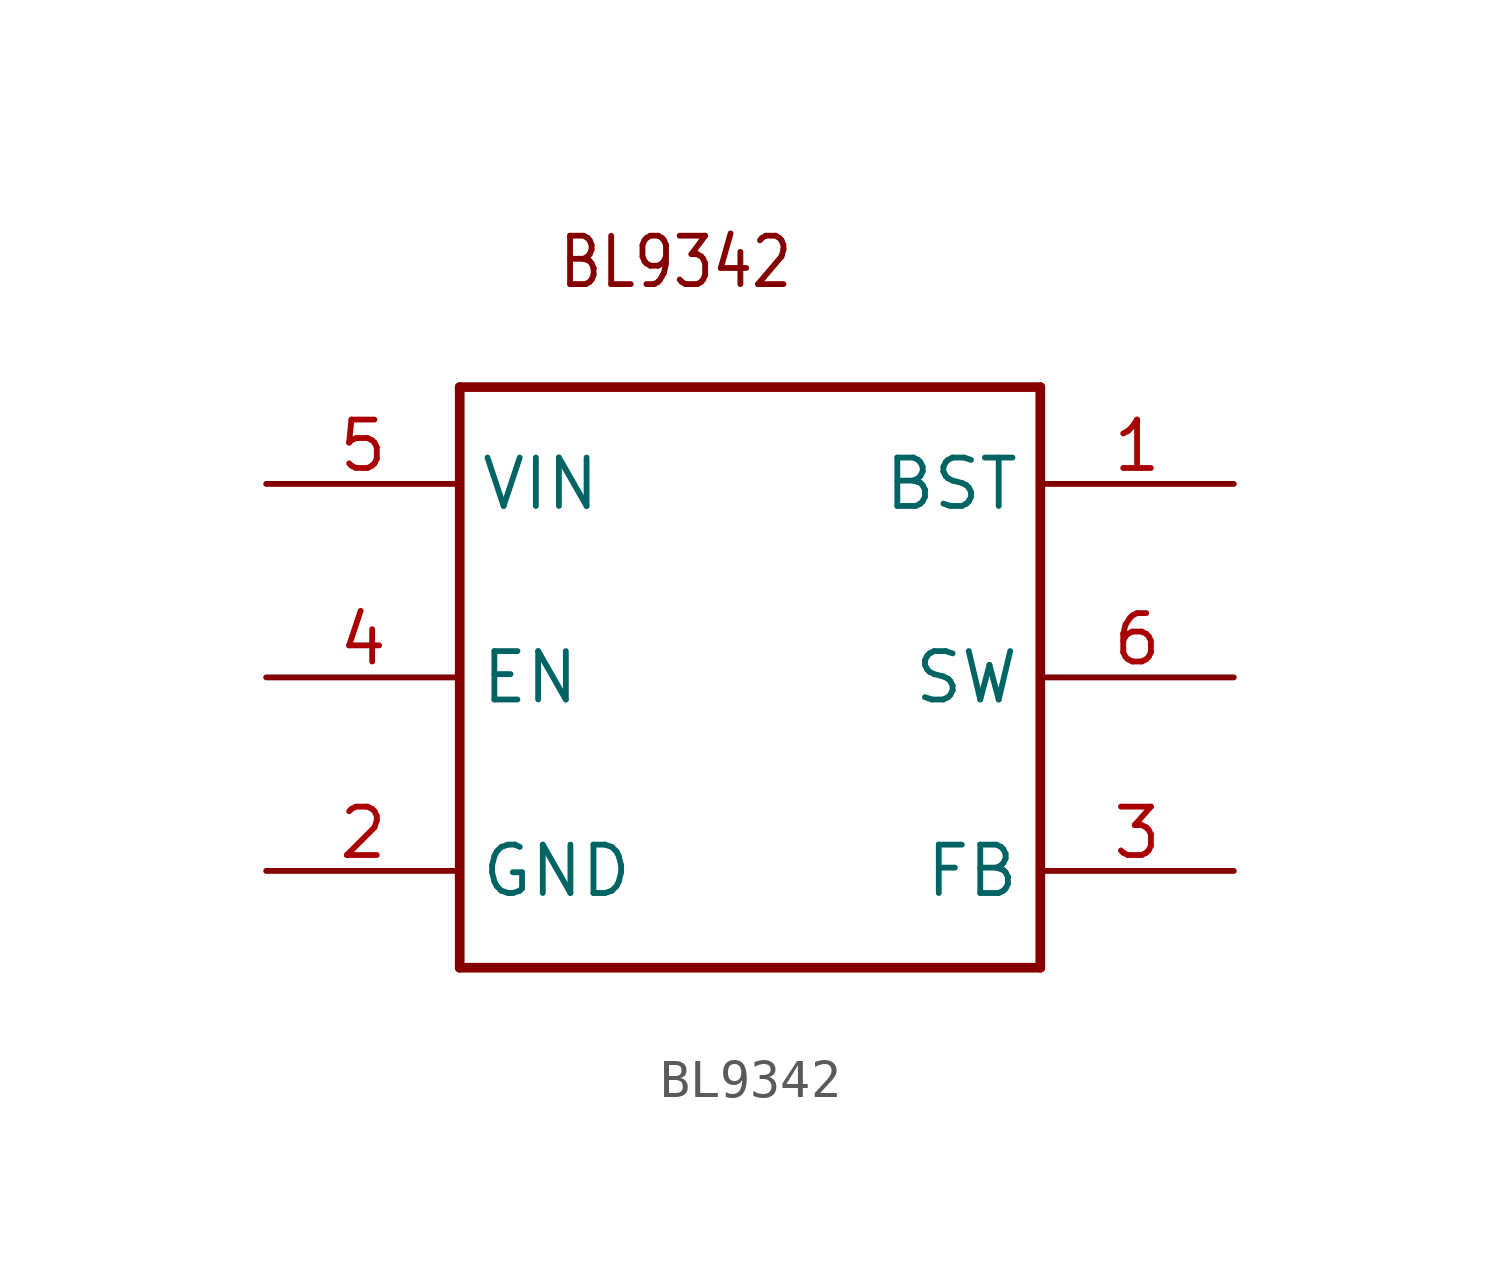
<source format=kicad_sym>
(kicad_symbol_lib
  (version 20211014)
  (generator kicad_symbol_editor)
  (symbol "BL9342"
    (property "Reference" ""
      (at 0 0 0)
      (effects (font (size 1.27 1.27)) hide))
    (property "ki_locked" ""
      (at 0 0 0)
      (effects (font (size 1.27 1.27))))
    (symbol "BL9342_1_0"
      (polyline (pts (xy -7.62 -7.62) (xy -7.62 7.62)) (stroke (width 0.254) (type default) (color 0 0 0 0)) (fill (type none)))
      (polyline (pts (xy -7.62 7.62) (xy 7.62 7.62)) (stroke (width 0.254) (type default) (color 0 0 0 0)) (fill (type none)))
      (polyline (pts (xy 7.62 -7.62) (xy -7.62 -7.62)) (stroke (width 0.254) (type default) (color 0 0 0 0)) (fill (type none)))
      (polyline (pts (xy 7.62 7.62) (xy 7.62 -7.62)) (stroke (width 0.254) (type default) (color 0 0 0 0)) (fill (type none)))
      (text "BL9342" (at -5.08 10.16 0) (effects (font (size 1.27 1.079)) (justify left bottom)))
      (pin bidirectional line (at 12.7 5.08 180) (length 5.08) (name "BST" (effects (font (size 1.27 1.27)))) (number "1" (effects (font (size 1.27 1.27)))))
      (pin bidirectional line (at -12.7 -5.08 0) (length 5.08) (name "GND" (effects (font (size 1.27 1.27)))) (number "2" (effects (font (size 1.27 1.27)))))
      (pin bidirectional line (at 12.7 -5.08 180) (length 5.08) (name "FB" (effects (font (size 1.27 1.27)))) (number "3" (effects (font (size 1.27 1.27)))))
      (pin bidirectional line (at -12.7 0 0) (length 5.08) (name "EN" (effects (font (size 1.27 1.27)))) (number "4" (effects (font (size 1.27 1.27)))))
      (pin bidirectional line (at -12.7 5.08 0) (length 5.08) (name "VIN" (effects (font (size 1.27 1.27)))) (number "5" (effects (font (size 1.27 1.27)))))
      (pin bidirectional line (at 12.7 0 180) (length 5.08) (name "SW" (effects (font (size 1.27 1.27)))) (number "6" (effects (font (size 1.27 1.27))))))))
</source>
